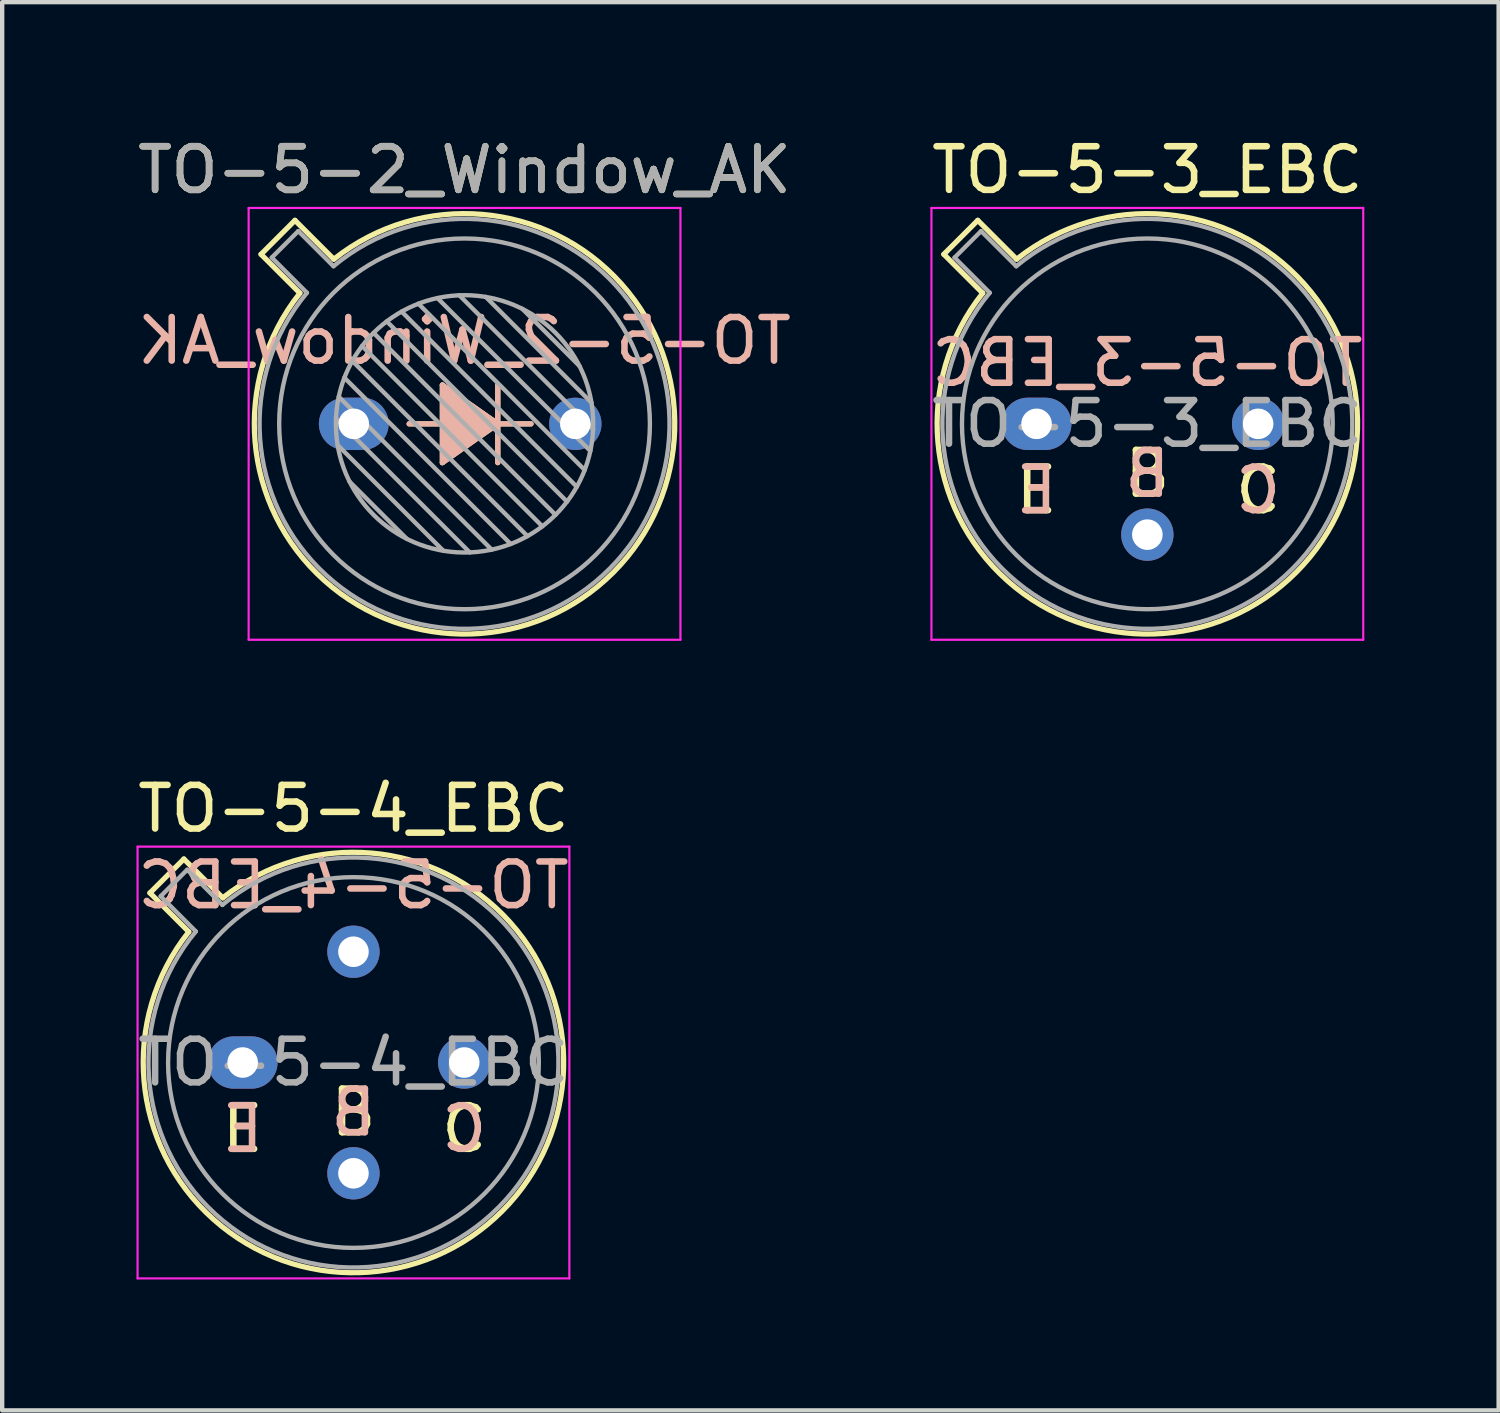
<source format=kicad_pcb>
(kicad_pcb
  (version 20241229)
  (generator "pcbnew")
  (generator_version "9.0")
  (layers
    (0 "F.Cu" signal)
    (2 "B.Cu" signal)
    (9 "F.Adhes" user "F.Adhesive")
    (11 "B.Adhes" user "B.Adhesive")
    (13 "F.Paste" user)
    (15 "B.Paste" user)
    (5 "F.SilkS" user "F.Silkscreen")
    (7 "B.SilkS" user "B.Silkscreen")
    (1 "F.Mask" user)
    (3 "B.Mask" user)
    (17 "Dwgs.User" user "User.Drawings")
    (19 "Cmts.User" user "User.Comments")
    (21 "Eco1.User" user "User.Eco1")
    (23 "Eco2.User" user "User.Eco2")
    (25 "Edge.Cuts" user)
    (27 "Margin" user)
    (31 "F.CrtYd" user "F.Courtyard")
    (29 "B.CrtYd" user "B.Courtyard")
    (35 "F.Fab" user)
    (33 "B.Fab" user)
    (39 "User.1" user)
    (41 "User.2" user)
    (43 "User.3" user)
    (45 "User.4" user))
  (footprint "TO-5-3_EBC"
    (layer "F.Cu")
    (at 20.716 6.668)
    (property "Reference" "TO-5-3_EBC" (at 2.54 -5.82 0) (layer "F.SilkS") (effects (font (size 1 1) (thickness 0.15))))
    (fp_line (start -2.126 -3.888) (end -1.235 -2.997) (stroke (width 0.12) (type solid)) (layer "F.SilkS"))
    (fp_line (start -1.348 -4.666) (end -2.126 -3.888) (stroke (width 0.12) (type solid)) (layer "F.SilkS"))
    (fp_line (start -0.457 -3.775) (end -1.348 -4.666) (stroke (width 0.12) (type solid)) (layer "F.SilkS"))
    (fp_arc (start -0.457084 -3.774902) (mid 5.948125 3.408384) (end -1.234674 -2.997371) (stroke (width 0.12) (type solid)) (layer "F.SilkS"))
    (fp_line (start -2.41 -4.95) (end -2.41 4.95) (stroke (width 0.05) (type solid)) (layer "F.CrtYd"))
    (fp_line (start -2.41 4.95) (end 7.49 4.95) (stroke (width 0.05) (type solid)) (layer "F.CrtYd"))
    (fp_line (start 7.49 -4.95) (end -2.41 -4.95) (stroke (width 0.05) (type solid)) (layer "F.CrtYd"))
    (fp_line (start 7.49 4.95) (end 7.49 -4.95) (stroke (width 0.05) (type solid)) (layer "F.CrtYd"))
    (fp_line (start -1.88 -3.812) (end -1.074 -3.005) (stroke (width 0.1) (type solid)) (layer "F.Fab"))
    (fp_line (start -1.272 -4.42) (end -1.88 -3.812) (stroke (width 0.1) (type solid)) (layer "F.Fab"))
    (fp_line (start -0.465 -3.614) (end -1.272 -4.42) (stroke (width 0.1) (type solid)) (layer "F.Fab"))
    (fp_arc (start -0.465408 -3.61352) (mid 5.863443 3.323361) (end -1.073594 -3.005319) (stroke (width 0.1) (type solid)) (layer "F.Fab"))
    (fp_circle (center 2.54 0) (end 6.79 0) (stroke (width 0.1) (type solid)) (fill no) (layer "F.Fab"))
    (fp_text user "C" (at 5.08 1.524 0) (unlocked yes) (layer "F.SilkS") (effects (font (size 1 1) (thickness 0.15))))
    (fp_text user "B" (at 2.54 1.143 0) (unlocked yes) (layer "F.SilkS") (effects (font (size 1 1) (thickness 0.15))))
    (fp_text user "E" (at 0 1.524 0) (unlocked yes) (layer "F.SilkS") (effects (font (size 1 1) (thickness 0.15))))
    (fp_text user "C" (at 5.08 1.524 0) (unlocked yes) (layer "B.SilkS") (effects (font (size 1 1) (thickness 0.15)) (justify mirror)))
    (fp_text user "E" (at 0 1.524 0) (unlocked yes) (layer "B.SilkS") (effects (font (size 1 1) (thickness 0.15)) (justify mirror)))
    (fp_text user "B" (at 2.54 1.143 0) (unlocked yes) (layer "B.SilkS") (effects (font (size 1 1) (thickness 0.15)) (justify mirror)))
    (fp_text user "${REFERENCE}" (at 2.54 -1.397 0) (layer "B.SilkS") (effects (font (size 1 1) (thickness 0.15)) (justify mirror)))
    (fp_text user "${REFERENCE}" (at 2.54 0 0) (layer "F.Fab") (effects (font (size 1 1) (thickness 0.15))))
    (pad "1" thru_hole oval (at 0 0) (size 1.6 1.2) (drill 0.7) (layers "*.Cu" "*.Mask"))
    (pad "2" thru_hole oval (at 2.54 2.54) (size 1.2 1.2) (drill 0.7) (layers "*.Cu" "*.Mask"))
    (pad "3" thru_hole oval (at 5.08 0) (size 1.2 1.2) (drill 0.7) (layers "*.Cu" "*.Mask")))
  (footprint "TO-5-2_Window_AK"
    (layer "F.Cu")
    (at 5.061 6.668)
    (property "Reference" "TO-5-2_Window_AK" (at 2.54 -5.82 0) (layer "F.SilkS") (effects (font (size 1 1) (thickness 0.15))))
    (fp_line (start -2.126 -3.888) (end -1.235 -2.997) (stroke (width 0.12) (type solid)) (layer "F.SilkS"))
    (fp_line (start -1.348 -4.666) (end -2.126 -3.888) (stroke (width 0.12) (type solid)) (layer "F.SilkS"))
    (fp_line (start -0.457 -3.775) (end -1.348 -4.666) (stroke (width 0.12) (type solid)) (layer "F.SilkS"))
    (fp_line (start 1.27 0) (end 2.032 0) (stroke (width 0.12) (type solid)) (layer "F.SilkS"))
    (fp_line (start 2.032 -0.889) (end 3.302 0) (stroke (width 0.12) (type solid)) (layer "F.SilkS"))
    (fp_line (start 2.032 0.889) (end 2.032 -0.889) (stroke (width 0.12) (type solid)) (layer "F.SilkS"))
    (fp_line (start 3.302 -0.889) (end 3.302 0.889) (stroke (width 0.12) (type solid)) (layer "F.SilkS"))
    (fp_line (start 3.302 0) (end 2.032 0.889) (stroke (width 0.12) (type solid)) (layer "F.SilkS"))
    (fp_line (start 3.302 0) (end 4.064 0) (stroke (width 0.12) (type solid)) (layer "F.SilkS"))
    (fp_arc (start -0.457084 -3.774902) (mid 5.948125 3.408384) (end -1.234674 -2.997371) (stroke (width 0.12) (type solid)) (layer "F.SilkS"))
    (fp_poly (pts (xy 3.302 0) (xy 2.032 0.889) (xy 2.032 -0.889)) (stroke (width 0.1) (type solid)) (fill yes) (layer "F.SilkS"))
    (fp_line (start 1.27 0) (end 2.032 0) (stroke (width 0.12) (type solid)) (layer "B.SilkS"))
    (fp_line (start 2.032 -0.889) (end 2.032 0.889) (stroke (width 0.12) (type solid)) (layer "B.SilkS"))
    (fp_line (start 2.032 0.889) (end 3.302 0) (stroke (width 0.12) (type solid)) (layer "B.SilkS"))
    (fp_line (start 3.302 0) (end 2.032 -0.889) (stroke (width 0.12) (type solid)) (layer "B.SilkS"))
    (fp_line (start 3.302 0) (end 4.064 0) (stroke (width 0.12) (type solid)) (layer "B.SilkS"))
    (fp_line (start 3.302 0.889) (end 3.302 -0.889) (stroke (width 0.12) (type solid)) (layer "B.SilkS"))
    (fp_poly (pts (xy 3.302 0) (xy 2.032 -0.889) (xy 2.032 0.889)) (stroke (width 0.1) (type solid)) (fill yes) (layer "B.SilkS"))
    (fp_line (start -2.41 -4.95) (end -2.41 4.95) (stroke (width 0.05) (type solid)) (layer "F.CrtYd"))
    (fp_line (start -2.41 4.95) (end 7.49 4.95) (stroke (width 0.05) (type solid)) (layer "F.CrtYd"))
    (fp_line (start 7.49 -4.95) (end -2.41 -4.95) (stroke (width 0.05) (type solid)) (layer "F.CrtYd"))
    (fp_line (start 7.49 4.95) (end 7.49 -4.95) (stroke (width 0.05) (type solid)) (layer "F.CrtYd"))
    (fp_line (start -1.88 -3.812) (end -1.074 -3.005) (stroke (width 0.1) (type solid)) (layer "F.Fab"))
    (fp_line (start -1.272 -4.42) (end -1.88 -3.812) (stroke (width 0.1) (type solid)) (layer "F.Fab"))
    (fp_line (start -0.465 -3.614) (end -1.272 -4.42) (stroke (width 0.1) (type solid)) (layer "F.Fab"))
    (fp_line (start -0.408 -0.12) (end 2.66 2.948) (stroke (width 0.1) (type solid)) (layer "F.Fab"))
    (fp_line (start -0.371 0.485) (end 2.055 2.911) (stroke (width 0.1) (type solid)) (layer "F.Fab"))
    (fp_line (start -0.344 -0.622) (end 3.162 2.884) (stroke (width 0.1) (type solid)) (layer "F.Fab"))
    (fp_line (start -0.215 -1.058) (end 3.598 2.755) (stroke (width 0.1) (type solid)) (layer "F.Fab"))
    (fp_line (start -0.097 1.324) (end 1.216 2.637) (stroke (width 0.1) (type solid)) (layer "F.Fab"))
    (fp_line (start -0.034 -1.443) (end 3.983 2.574) (stroke (width 0.1) (type solid)) (layer "F.Fab"))
    (fp_line (start 0.19 -1.784) (end 4.324 2.35) (stroke (width 0.1) (type solid)) (layer "F.Fab"))
    (fp_line (start 0.454 -2.086) (end 4.626 2.086) (stroke (width 0.1) (type solid)) (layer "F.Fab"))
    (fp_line (start 0.756 -2.35) (end 4.89 1.784) (stroke (width 0.1) (type solid)) (layer "F.Fab"))
    (fp_line (start 1.097 -2.574) (end 5.114 1.443) (stroke (width 0.1) (type solid)) (layer "F.Fab"))
    (fp_line (start 1.482 -2.755) (end 5.295 1.058) (stroke (width 0.1) (type solid)) (layer "F.Fab"))
    (fp_line (start 1.918 -2.884) (end 5.424 0.622) (stroke (width 0.1) (type solid)) (layer "F.Fab"))
    (fp_line (start 2.42 -2.948) (end 5.488 0.12) (stroke (width 0.1) (type solid)) (layer "F.Fab"))
    (fp_line (start 3.025 -2.911) (end 5.451 -0.485) (stroke (width 0.1) (type solid)) (layer "F.Fab"))
    (fp_line (start 3.864 -2.637) (end 5.177 -1.324) (stroke (width 0.1) (type solid)) (layer "F.Fab"))
    (fp_arc (start -0.465408 -3.61352) (mid 5.863443 3.323361) (end -1.073594 -3.005319) (stroke (width 0.1) (type solid)) (layer "F.Fab"))
    (fp_circle (center 2.54 0) (end 5.49 0) (stroke (width 0.1) (type solid)) (fill no) (layer "F.Fab"))
    (fp_circle (center 2.54 0) (end 6.79 0) (stroke (width 0.1) (type solid)) (fill no) (layer "F.Fab"))
    (fp_text user "${REFERENCE}" (at 2.54 -1.905 0) (layer "B.SilkS") (effects (font (size 1 1) (thickness 0.15)) (justify mirror)))
    (fp_text user "${REFERENCE}" (at 2.54 -5.82 0) (layer "F.Fab") (effects (font (size 1 1) (thickness 0.15))))
    (pad "1" thru_hole oval (at 0 0) (size 1.6 1.2) (drill 0.7) (layers "*.Cu" "*.Mask"))
    (pad "2" thru_hole oval (at 5.08 0) (size 1.2 1.2) (drill 0.7) (layers "*.Cu" "*.Mask")))
  (footprint "TO-5-4_EBC"
    (layer "F.Cu")
    (at 2.514 21.311)
    (property "Reference" "TO-5-4_EBC" (at 2.54 -5.82 0) (layer "F.SilkS") (effects (font (size 1 1) (thickness 0.15))))
    (fp_line (start -2.126 -3.888) (end -1.235 -2.997) (stroke (width 0.12) (type solid)) (layer "F.SilkS"))
    (fp_line (start -1.348 -4.666) (end -2.126 -3.888) (stroke (width 0.12) (type solid)) (layer "F.SilkS"))
    (fp_line (start -0.457 -3.775) (end -1.348 -4.666) (stroke (width 0.12) (type solid)) (layer "F.SilkS"))
    (fp_arc (start -0.457084 -3.774902) (mid 5.948125 3.408384) (end -1.234674 -2.997371) (stroke (width 0.12) (type solid)) (layer "F.SilkS"))
    (fp_line (start -2.41 -4.95) (end -2.41 4.95) (stroke (width 0.05) (type solid)) (layer "F.CrtYd"))
    (fp_line (start -2.41 4.95) (end 7.49 4.95) (stroke (width 0.05) (type solid)) (layer "F.CrtYd"))
    (fp_line (start 7.49 -4.95) (end -2.41 -4.95) (stroke (width 0.05) (type solid)) (layer "F.CrtYd"))
    (fp_line (start 7.49 4.95) (end 7.49 -4.95) (stroke (width 0.05) (type solid)) (layer "F.CrtYd"))
    (fp_line (start -1.88 -3.812) (end -1.074 -3.005) (stroke (width 0.1) (type solid)) (layer "F.Fab"))
    (fp_line (start -1.272 -4.42) (end -1.88 -3.812) (stroke (width 0.1) (type solid)) (layer "F.Fab"))
    (fp_line (start -0.465 -3.614) (end -1.272 -4.42) (stroke (width 0.1) (type solid)) (layer "F.Fab"))
    (fp_arc (start -0.465408 -3.61352) (mid 5.863443 3.323361) (end -1.073594 -3.005319) (stroke (width 0.1) (type solid)) (layer "F.Fab"))
    (fp_circle (center 2.54 0) (end 6.79 0) (stroke (width 0.1) (type solid)) (fill no) (layer "F.Fab"))
    (fp_text user "C" (at 5.08 1.524 0) (unlocked yes) (layer "F.SilkS") (effects (font (size 1 1) (thickness 0.15))))
    (fp_text user "B" (at 2.54 1.143 0) (unlocked yes) (layer "F.SilkS") (effects (font (size 1 1) (thickness 0.15))))
    (fp_text user "E" (at 0 1.524 0) (unlocked yes) (layer "F.SilkS") (effects (font (size 1 1) (thickness 0.15))))
    (fp_text user "B" (at 2.54 1.143 0) (unlocked yes) (layer "B.SilkS") (effects (font (size 1 1) (thickness 0.15)) (justify mirror)))
    (fp_text user "${REFERENCE}" (at 2.54 -4.064 0) (layer "B.SilkS") (effects (font (size 1 1) (thickness 0.15)) (justify mirror)))
    (fp_text user "C" (at 5.08 1.524 0) (unlocked yes) (layer "B.SilkS") (effects (font (size 1 1) (thickness 0.15)) (justify mirror)))
    (fp_text user "E" (at 0 1.524 0) (unlocked yes) (layer "B.SilkS") (effects (font (size 1 1) (thickness 0.15)) (justify mirror)))
    (fp_text user "${REFERENCE}" (at 2.54 0 0) (layer "F.Fab") (effects (font (size 1 1) (thickness 0.15))))
    (pad "1" thru_hole oval (at 0 0) (size 1.6 1.2) (drill 0.7) (layers "*.Cu" "*.Mask"))
    (pad "2" thru_hole oval (at 2.54 2.54) (size 1.2 1.2) (drill 0.7) (layers "*.Cu" "*.Mask"))
    (pad "3" thru_hole oval (at 5.08 0) (size 1.2 1.2) (drill 0.7) (layers "*.Cu" "*.Mask"))
    (pad "4" thru_hole oval (at 2.54 -2.54) (size 1.2 1.2) (drill 0.7) (layers "*.Cu" "*.Mask")))
  (gr_rect
    (start -3 -3)
    (end 31.31 29.287)
    (stroke (width 0.1) (type default))
    (fill no)
    (layer "Edge.Cuts")))
</source>
